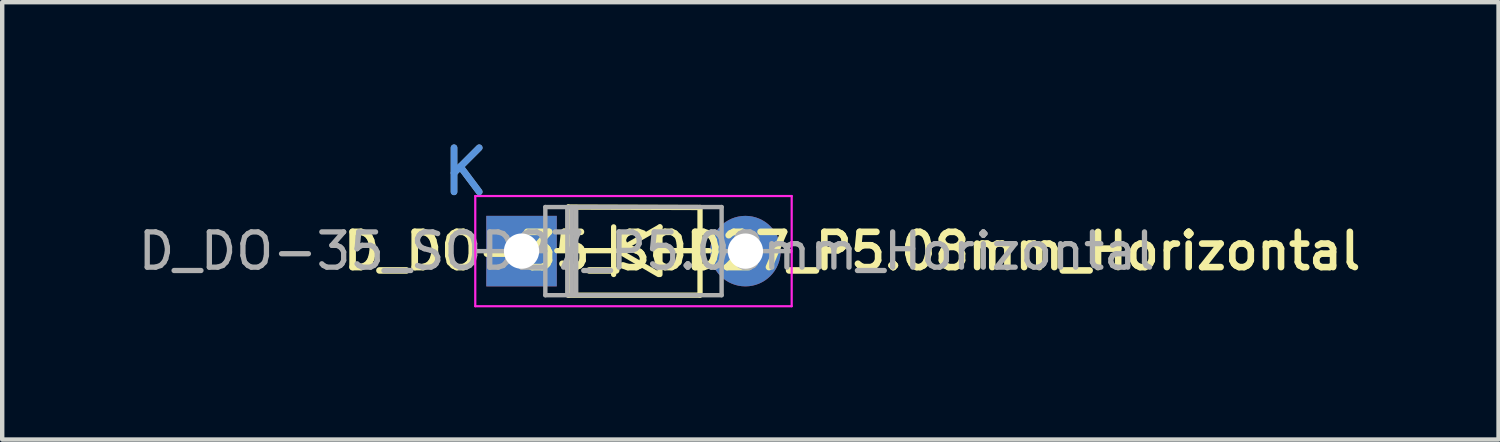
<source format=kicad_pcb>
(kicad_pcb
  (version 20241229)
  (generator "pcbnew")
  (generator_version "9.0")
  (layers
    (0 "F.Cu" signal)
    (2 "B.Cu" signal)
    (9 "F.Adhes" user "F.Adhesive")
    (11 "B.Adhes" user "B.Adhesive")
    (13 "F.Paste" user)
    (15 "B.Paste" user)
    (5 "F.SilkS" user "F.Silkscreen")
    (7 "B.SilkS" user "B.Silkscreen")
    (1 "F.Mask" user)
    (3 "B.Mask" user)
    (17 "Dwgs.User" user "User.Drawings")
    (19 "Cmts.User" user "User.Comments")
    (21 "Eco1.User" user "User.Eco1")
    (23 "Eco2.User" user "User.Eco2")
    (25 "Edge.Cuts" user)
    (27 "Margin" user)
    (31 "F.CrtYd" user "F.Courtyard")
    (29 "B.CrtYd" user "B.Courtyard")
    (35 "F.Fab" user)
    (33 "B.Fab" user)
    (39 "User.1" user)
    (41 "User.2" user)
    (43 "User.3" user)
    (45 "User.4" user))
  (footprint "D_DO-35_SOD27_P5.08mm_Horizontal"
    (layer "F.Cu")
    (at 7.514 2.648)
    (property "Reference" "D_DO-35_SOD27_P5.08mm_Horizontal" (at 8.77 0 0) (layer "F.SilkS") (effects (font (size 0.8 0.8) (thickness 0.15))))
    (attr through_hole)
    (fp_line (start 2.07 -0.01) (end 3.35 -0.01) (stroke (width 0.12) (type solid)) (layer "F.SilkS"))
    (fp_line (start 2.33 -1) (end 5.32 -0.99) (stroke (width 0.12) (type solid)) (layer "F.SilkS"))
    (fp_line (start 2.33 1) (end 2.33 -1) (stroke (width 0.12) (type solid)) (layer "F.SilkS"))
    (fp_line (start 2.34 1) (end 5.31 1) (stroke (width 0.12) (type solid)) (layer "F.SilkS"))
    (fp_line (start 3.36 0.53) (end 3.36 -0.55) (stroke (width 0.12) (type solid)) (layer "F.SilkS"))
    (fp_line (start 3.46 -0.01) (end 4.41 -0.55) (stroke (width 0.12) (type solid)) (layer "F.SilkS"))
    (fp_line (start 3.47 0) (end 4.38 0.53) (stroke (width 0.12) (type solid)) (layer "F.SilkS"))
    (fp_line (start 4.41 0.53) (end 4.41 -0.55) (stroke (width 0.12) (type solid)) (layer "F.SilkS"))
    (fp_line (start 5.32 1) (end 5.32 -0.99) (stroke (width 0.12) (type solid)) (layer "F.SilkS"))
    (fp_line (start 5.53 -0.01) (end 4.41 -0.01) (stroke (width 0.12) (type solid)) (layer "F.SilkS"))
    (fp_line (start 0.22 -1.25) (end 0.22 1.25) (stroke (width 0.05) (type solid)) (layer "F.CrtYd"))
    (fp_line (start 0.22 1.25) (end 7.4 1.25) (stroke (width 0.05) (type solid)) (layer "F.CrtYd"))
    (fp_line (start 7.4 -1.25) (end 0.22 -1.25) (stroke (width 0.05) (type solid)) (layer "F.CrtYd"))
    (fp_line (start 7.4 1.25) (end 7.4 -1.25) (stroke (width 0.05) (type solid)) (layer "F.CrtYd"))
    (fp_line (start 0.25 0) (end 1.81 0) (stroke (width 0.1) (type solid)) (layer "F.Fab"))
    (fp_line (start 1.81 -1) (end 1.81 1) (stroke (width 0.1) (type solid)) (layer "F.Fab"))
    (fp_line (start 1.81 1) (end 5.81 1) (stroke (width 0.1) (type solid)) (layer "F.Fab"))
    (fp_line (start 2.31 -1) (end 2.31 1) (stroke (width 0.1) (type solid)) (layer "F.Fab"))
    (fp_line (start 2.41 -1) (end 2.41 1) (stroke (width 0.1) (type solid)) (layer "F.Fab"))
    (fp_line (start 2.51 -1) (end 2.51 1) (stroke (width 0.1) (type solid)) (layer "F.Fab"))
    (fp_line (start 5.81 -1) (end 1.81 -1) (stroke (width 0.1) (type solid)) (layer "F.Fab"))
    (fp_line (start 5.81 1) (end 5.81 -1) (stroke (width 0.1) (type solid)) (layer "F.Fab"))
    (fp_line (start 7.37 0) (end 5.81 0) (stroke (width 0.1) (type solid)) (layer "F.Fab"))
    (fp_text user "K" (at 0 -1.8 0) (layer "Cmts.User") (effects (font (size 1 1) (thickness 0.15))))
    (fp_text user "K" (at 0 -1.8 0) (layer "F.Fab") (effects (font (size 1 1) (thickness 0.15))))
    (fp_text user "${REFERENCE}" (at 4.11 0 0) (layer "F.Fab") (effects (font (size 0.8 0.8) (thickness 0.12))))
    (pad "1" thru_hole rect (at 1.27 0) (size 1.6 1.6) (drill 0.8) (layers "*.Cu" "*.Mask"))
    (pad "2" thru_hole oval (at 6.35 0) (size 1.6 1.6) (drill 0.8) (layers "*.Cu" "*.Mask")))
  (gr_rect
    (start -3 -3)
    (end 30.953 6.923)
    (stroke (width 0.1) (type default))
    (fill no)
    (layer "Edge.Cuts")))
</source>
